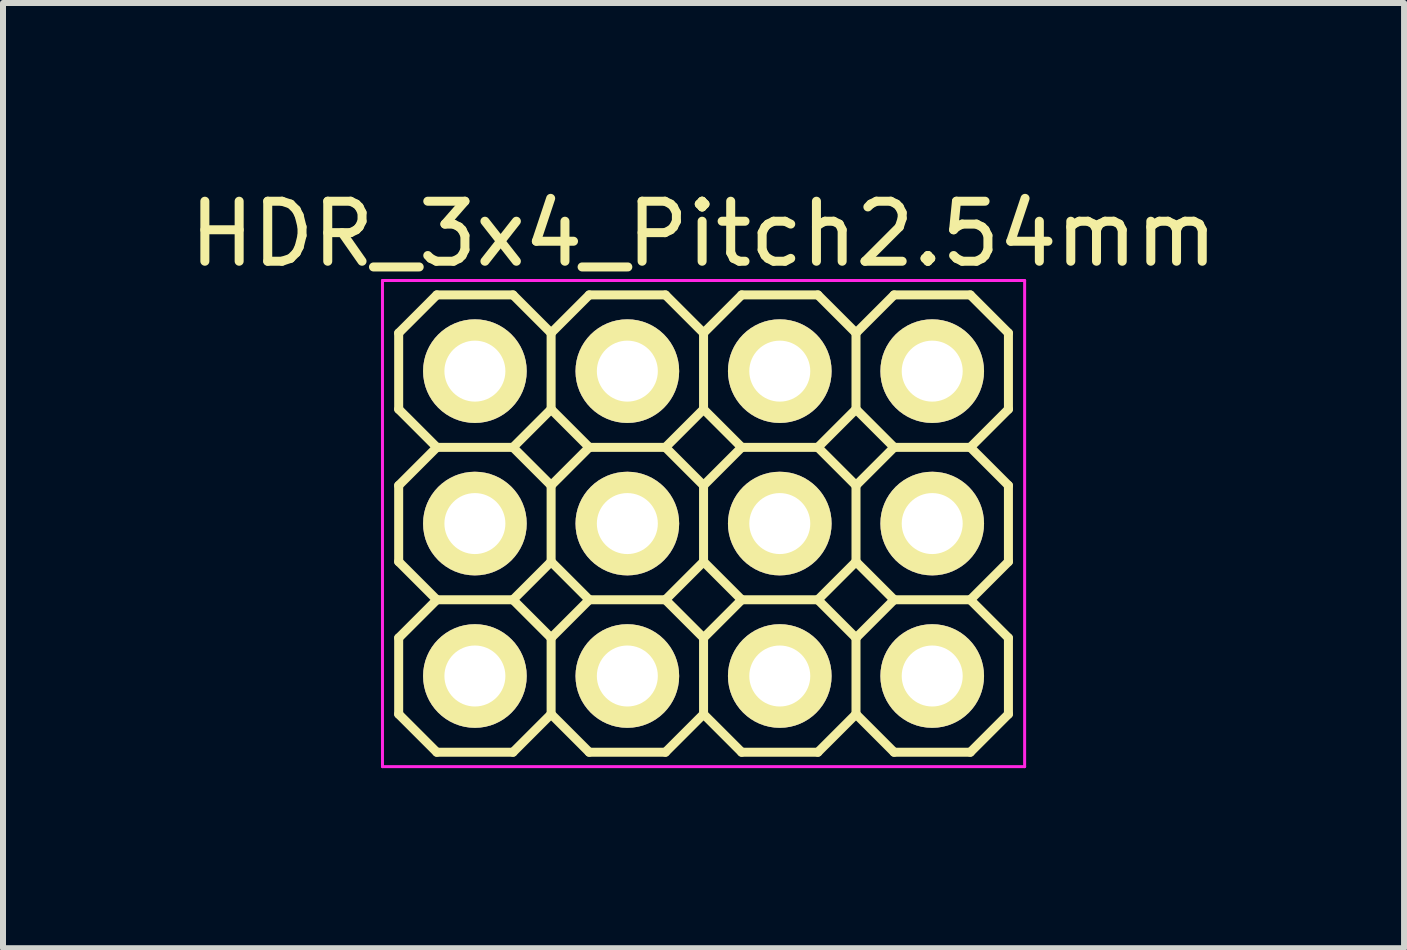
<source format=kicad_pcb>
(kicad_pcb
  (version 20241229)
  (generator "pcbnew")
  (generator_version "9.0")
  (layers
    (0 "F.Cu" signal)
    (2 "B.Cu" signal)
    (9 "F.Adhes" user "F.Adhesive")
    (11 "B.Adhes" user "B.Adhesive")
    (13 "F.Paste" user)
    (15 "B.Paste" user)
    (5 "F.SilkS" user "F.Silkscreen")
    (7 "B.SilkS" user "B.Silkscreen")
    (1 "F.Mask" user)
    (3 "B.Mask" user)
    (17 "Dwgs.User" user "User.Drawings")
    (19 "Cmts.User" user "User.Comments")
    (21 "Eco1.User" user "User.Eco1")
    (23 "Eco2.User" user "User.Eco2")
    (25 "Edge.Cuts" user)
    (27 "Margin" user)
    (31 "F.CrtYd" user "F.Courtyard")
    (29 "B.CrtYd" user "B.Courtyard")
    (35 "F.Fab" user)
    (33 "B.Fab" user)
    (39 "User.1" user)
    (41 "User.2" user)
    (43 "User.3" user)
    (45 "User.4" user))
  (footprint "HDR_3x4_Pitch2.54mm"
    (layer "F.Cu")
    (at 8.673 5.674)
    (property "Reference" "HDR_3x4_Pitch2.54mm" (at 0 -4.826 0) (layer "F.SilkS") (effects (font (size 1 1) (thickness 0.15))))
    (attr through_hole)
    (fp_line (start -5.08 -3.175) (end -4.445 -3.81) (stroke (width 0.15) (type solid)) (layer "F.SilkS"))
    (fp_line (start -5.08 -1.905) (end -5.08 -3.175) (stroke (width 0.15) (type solid)) (layer "F.SilkS"))
    (fp_line (start -5.08 -0.635) (end -5.08 0.635) (stroke (width 0.15) (type solid)) (layer "F.SilkS"))
    (fp_line (start -5.08 0.635) (end -4.445 1.27) (stroke (width 0.15) (type solid)) (layer "F.SilkS"))
    (fp_line (start -5.08 1.905) (end -5.08 3.175) (stroke (width 0.15) (type solid)) (layer "F.SilkS"))
    (fp_line (start -5.08 3.175) (end -4.445 3.81) (stroke (width 0.15) (type solid)) (layer "F.SilkS"))
    (fp_line (start -4.445 -3.81) (end -3.175 -3.81) (stroke (width 0.15) (type solid)) (layer "F.SilkS"))
    (fp_line (start -4.445 -1.27) (end -5.08 -1.905) (stroke (width 0.15) (type solid)) (layer "F.SilkS"))
    (fp_line (start -4.445 -1.27) (end -5.08 -0.635) (stroke (width 0.15) (type solid)) (layer "F.SilkS"))
    (fp_line (start -4.445 1.27) (end -5.08 1.905) (stroke (width 0.15) (type solid)) (layer "F.SilkS"))
    (fp_line (start -4.445 3.81) (end -3.175 3.81) (stroke (width 0.15) (type solid)) (layer "F.SilkS"))
    (fp_line (start -3.175 -3.81) (end -2.54 -3.175) (stroke (width 0.15) (type solid)) (layer "F.SilkS"))
    (fp_line (start -3.175 -1.27) (end -4.445 -1.27) (stroke (width 0.15) (type solid)) (layer "F.SilkS"))
    (fp_line (start -3.175 1.27) (end -4.445 1.27) (stroke (width 0.15) (type solid)) (layer "F.SilkS"))
    (fp_line (start -3.175 1.27) (end -2.54 1.905) (stroke (width 0.15) (type solid)) (layer "F.SilkS"))
    (fp_line (start -3.175 3.81) (end -2.54 3.175) (stroke (width 0.15) (type solid)) (layer "F.SilkS"))
    (fp_line (start -2.54 -3.175) (end -2.54 -1.905) (stroke (width 0.15) (type solid)) (layer "F.SilkS"))
    (fp_line (start -2.54 -3.175) (end -1.905 -3.81) (stroke (width 0.15) (type solid)) (layer "F.SilkS"))
    (fp_line (start -2.54 -1.905) (end -3.175 -1.27) (stroke (width 0.15) (type solid)) (layer "F.SilkS"))
    (fp_line (start -2.54 -0.635) (end -3.175 -1.27) (stroke (width 0.15) (type solid)) (layer "F.SilkS"))
    (fp_line (start -2.54 -0.635) (end -2.54 0.635) (stroke (width 0.15) (type solid)) (layer "F.SilkS"))
    (fp_line (start -2.54 0.635) (end -3.175 1.27) (stroke (width 0.15) (type solid)) (layer "F.SilkS"))
    (fp_line (start -2.54 1.905) (end -2.54 3.175) (stroke (width 0.15) (type solid)) (layer "F.SilkS"))
    (fp_line (start -2.54 1.905) (end -1.905 1.27) (stroke (width 0.15) (type solid)) (layer "F.SilkS"))
    (fp_line (start -2.54 3.175) (end -1.905 3.81) (stroke (width 0.15) (type solid)) (layer "F.SilkS"))
    (fp_line (start -1.905 -3.81) (end -0.635 -3.81) (stroke (width 0.15) (type solid)) (layer "F.SilkS"))
    (fp_line (start -1.905 -1.27) (end -2.54 -1.905) (stroke (width 0.15) (type solid)) (layer "F.SilkS"))
    (fp_line (start -1.905 -1.27) (end -2.54 -0.635) (stroke (width 0.15) (type solid)) (layer "F.SilkS"))
    (fp_line (start -1.905 1.27) (end -2.54 0.635) (stroke (width 0.15) (type solid)) (layer "F.SilkS"))
    (fp_line (start -1.905 1.27) (end -0.635 1.27) (stroke (width 0.15) (type solid)) (layer "F.SilkS"))
    (fp_line (start -1.905 3.81) (end -0.635 3.81) (stroke (width 0.15) (type solid)) (layer "F.SilkS"))
    (fp_line (start -0.635 -3.81) (end 0 -3.175) (stroke (width 0.15) (type solid)) (layer "F.SilkS"))
    (fp_line (start -0.635 -1.27) (end -1.905 -1.27) (stroke (width 0.15) (type solid)) (layer "F.SilkS"))
    (fp_line (start -0.635 1.27) (end 0 0.635) (stroke (width 0.15) (type solid)) (layer "F.SilkS"))
    (fp_line (start -0.635 1.27) (end 0 1.905) (stroke (width 0.15) (type solid)) (layer "F.SilkS"))
    (fp_line (start -0.635 3.81) (end 0 3.175) (stroke (width 0.15) (type solid)) (layer "F.SilkS"))
    (fp_line (start 0 -3.175) (end 0 -1.905) (stroke (width 0.15) (type solid)) (layer "F.SilkS"))
    (fp_line (start 0 -3.175) (end 0.635 -3.81) (stroke (width 0.15) (type solid)) (layer "F.SilkS"))
    (fp_line (start 0 -1.905) (end -0.635 -1.27) (stroke (width 0.15) (type solid)) (layer "F.SilkS"))
    (fp_line (start 0 -0.635) (end -0.635 -1.27) (stroke (width 0.15) (type solid)) (layer "F.SilkS"))
    (fp_line (start 0 0.635) (end 0 -0.635) (stroke (width 0.15) (type solid)) (layer "F.SilkS"))
    (fp_line (start 0 0.635) (end 0.635 1.27) (stroke (width 0.15) (type solid)) (layer "F.SilkS"))
    (fp_line (start 0 1.905) (end 0 3.175) (stroke (width 0.15) (type solid)) (layer "F.SilkS"))
    (fp_line (start 0 3.175) (end 0.635 3.81) (stroke (width 0.15) (type solid)) (layer "F.SilkS"))
    (fp_line (start 0.635 -3.81) (end 1.905 -3.81) (stroke (width 0.15) (type solid)) (layer "F.SilkS"))
    (fp_line (start 0.635 -1.27) (end 0 -1.905) (stroke (width 0.15) (type solid)) (layer "F.SilkS"))
    (fp_line (start 0.635 -1.27) (end 0 -0.635) (stroke (width 0.15) (type solid)) (layer "F.SilkS"))
    (fp_line (start 0.635 1.27) (end 0 1.905) (stroke (width 0.15) (type solid)) (layer "F.SilkS"))
    (fp_line (start 0.635 1.27) (end 1.905 1.27) (stroke (width 0.15) (type solid)) (layer "F.SilkS"))
    (fp_line (start 0.635 3.81) (end 1.905 3.81) (stroke (width 0.15) (type solid)) (layer "F.SilkS"))
    (fp_line (start 1.905 -3.81) (end 2.54 -3.175) (stroke (width 0.15) (type solid)) (layer "F.SilkS"))
    (fp_line (start 1.905 -1.27) (end 0.635 -1.27) (stroke (width 0.15) (type solid)) (layer "F.SilkS"))
    (fp_line (start 1.905 -1.27) (end 2.54 -1.905) (stroke (width 0.15) (type solid)) (layer "F.SilkS"))
    (fp_line (start 1.905 1.27) (end 2.54 0.635) (stroke (width 0.15) (type solid)) (layer "F.SilkS"))
    (fp_line (start 1.905 3.81) (end 2.54 3.175) (stroke (width 0.15) (type solid)) (layer "F.SilkS"))
    (fp_line (start 2.54 -3.175) (end 2.54 -1.905) (stroke (width 0.15) (type solid)) (layer "F.SilkS"))
    (fp_line (start 2.54 -3.175) (end 3.175 -3.81) (stroke (width 0.15) (type solid)) (layer "F.SilkS"))
    (fp_line (start 2.54 -1.905) (end 3.175 -1.27) (stroke (width 0.15) (type solid)) (layer "F.SilkS"))
    (fp_line (start 2.54 -0.635) (end 1.905 -1.27) (stroke (width 0.15) (type solid)) (layer "F.SilkS"))
    (fp_line (start 2.54 0.635) (end 2.54 -0.635) (stroke (width 0.15) (type solid)) (layer "F.SilkS"))
    (fp_line (start 2.54 0.635) (end 3.175 1.27) (stroke (width 0.15) (type solid)) (layer "F.SilkS"))
    (fp_line (start 2.54 1.905) (end 1.905 1.27) (stroke (width 0.15) (type solid)) (layer "F.SilkS"))
    (fp_line (start 2.54 1.905) (end 3.175 1.27) (stroke (width 0.15) (type solid)) (layer "F.SilkS"))
    (fp_line (start 2.54 3.175) (end 2.54 1.905) (stroke (width 0.15) (type solid)) (layer "F.SilkS"))
    (fp_line (start 3.175 -3.81) (end 4.445 -3.81) (stroke (width 0.15) (type solid)) (layer "F.SilkS"))
    (fp_line (start 3.175 -1.27) (end 2.54 -0.635) (stroke (width 0.15) (type solid)) (layer "F.SilkS"))
    (fp_line (start 3.175 1.27) (end 4.445 1.27) (stroke (width 0.15) (type solid)) (layer "F.SilkS"))
    (fp_line (start 3.175 3.81) (end 2.54 3.175) (stroke (width 0.15) (type solid)) (layer "F.SilkS"))
    (fp_line (start 4.445 -3.81) (end 5.08 -3.175) (stroke (width 0.15) (type solid)) (layer "F.SilkS"))
    (fp_line (start 4.445 -1.27) (end 3.175 -1.27) (stroke (width 0.15) (type solid)) (layer "F.SilkS"))
    (fp_line (start 4.445 1.27) (end 5.08 0.635) (stroke (width 0.15) (type solid)) (layer "F.SilkS"))
    (fp_line (start 4.445 1.27) (end 5.08 1.905) (stroke (width 0.15) (type solid)) (layer "F.SilkS"))
    (fp_line (start 4.445 3.81) (end 3.175 3.81) (stroke (width 0.15) (type solid)) (layer "F.SilkS"))
    (fp_line (start 5.08 -3.175) (end 5.08 -1.905) (stroke (width 0.15) (type solid)) (layer "F.SilkS"))
    (fp_line (start 5.08 -1.905) (end 4.445 -1.27) (stroke (width 0.15) (type solid)) (layer "F.SilkS"))
    (fp_line (start 5.08 -0.635) (end 4.445 -1.27) (stroke (width 0.15) (type solid)) (layer "F.SilkS"))
    (fp_line (start 5.08 0.635) (end 5.08 -0.635) (stroke (width 0.15) (type solid)) (layer "F.SilkS"))
    (fp_line (start 5.08 1.905) (end 5.08 3.175) (stroke (width 0.15) (type solid)) (layer "F.SilkS"))
    (fp_line (start 5.08 3.175) (end 4.445 3.81) (stroke (width 0.15) (type solid)) (layer "F.SilkS"))
    (fp_line (start -5.35 -4.05) (end -5.35 4.05) (stroke (width 0.05) (type solid)) (layer "F.CrtYd"))
    (fp_line (start -5.35 4.05) (end 5.35 4.05) (stroke (width 0.05) (type solid)) (layer "F.CrtYd"))
    (fp_line (start 5.35 -4.05) (end -5.35 -4.05) (stroke (width 0.05) (type solid)) (layer "F.CrtYd"))
    (fp_line (start 5.35 4.05) (end 5.35 -4.05) (stroke (width 0.05) (type solid)) (layer "F.CrtYd"))
    (pad "1" thru_hole circle (at -3.81 2.54) (size 1.727 1.727) (drill 1.016) (layers "*.Cu" "*.Mask" "F.SilkS"))
    (pad "2" thru_hole circle (at -3.81 0) (size 1.727 1.727) (drill 1.016) (layers "*.Cu" "*.Mask" "F.SilkS"))
    (pad "3" thru_hole circle (at -3.81 -2.54) (size 1.727 1.727) (drill 1.016) (layers "*.Cu" "*.Mask" "F.SilkS"))
    (pad "4" thru_hole circle (at -1.27 2.54) (size 1.727 1.727) (drill 1.016) (layers "*.Cu" "*.Mask" "F.SilkS"))
    (pad "5" thru_hole circle (at -1.27 0) (size 1.727 1.727) (drill 1.016) (layers "*.Cu" "*.Mask" "F.SilkS"))
    (pad "6" thru_hole circle (at -1.27 -2.54) (size 1.727 1.727) (drill 1.016) (layers "*.Cu" "*.Mask" "F.SilkS"))
    (pad "7" thru_hole circle (at 1.27 2.54) (size 1.727 1.727) (drill 1.016) (layers "*.Cu" "*.Mask" "F.SilkS"))
    (pad "8" thru_hole circle (at 1.27 0) (size 1.727 1.727) (drill 1.016) (layers "*.Cu" "*.Mask" "F.SilkS"))
    (pad "9" thru_hole circle (at 1.27 -2.54) (size 1.727 1.727) (drill 1.016) (layers "*.Cu" "*.Mask" "F.SilkS"))
    (pad "10" thru_hole circle (at 3.81 2.54) (size 1.727 1.727) (drill 1.016) (layers "*.Cu" "*.Mask" "F.SilkS"))
    (pad "11" thru_hole circle (at 3.81 0) (size 1.727 1.727) (drill 1.016) (layers "*.Cu" "*.Mask" "F.SilkS"))
    (pad "12" thru_hole circle (at 3.81 -2.54) (size 1.727 1.727) (drill 1.016) (layers "*.Cu" "*.Mask" "F.SilkS")))
  (gr_rect
    (start -3 -3)
    (end 20.345 12.749)
    (stroke (width 0.1) (type default))
    (fill no)
    (layer "Edge.Cuts")))
</source>
